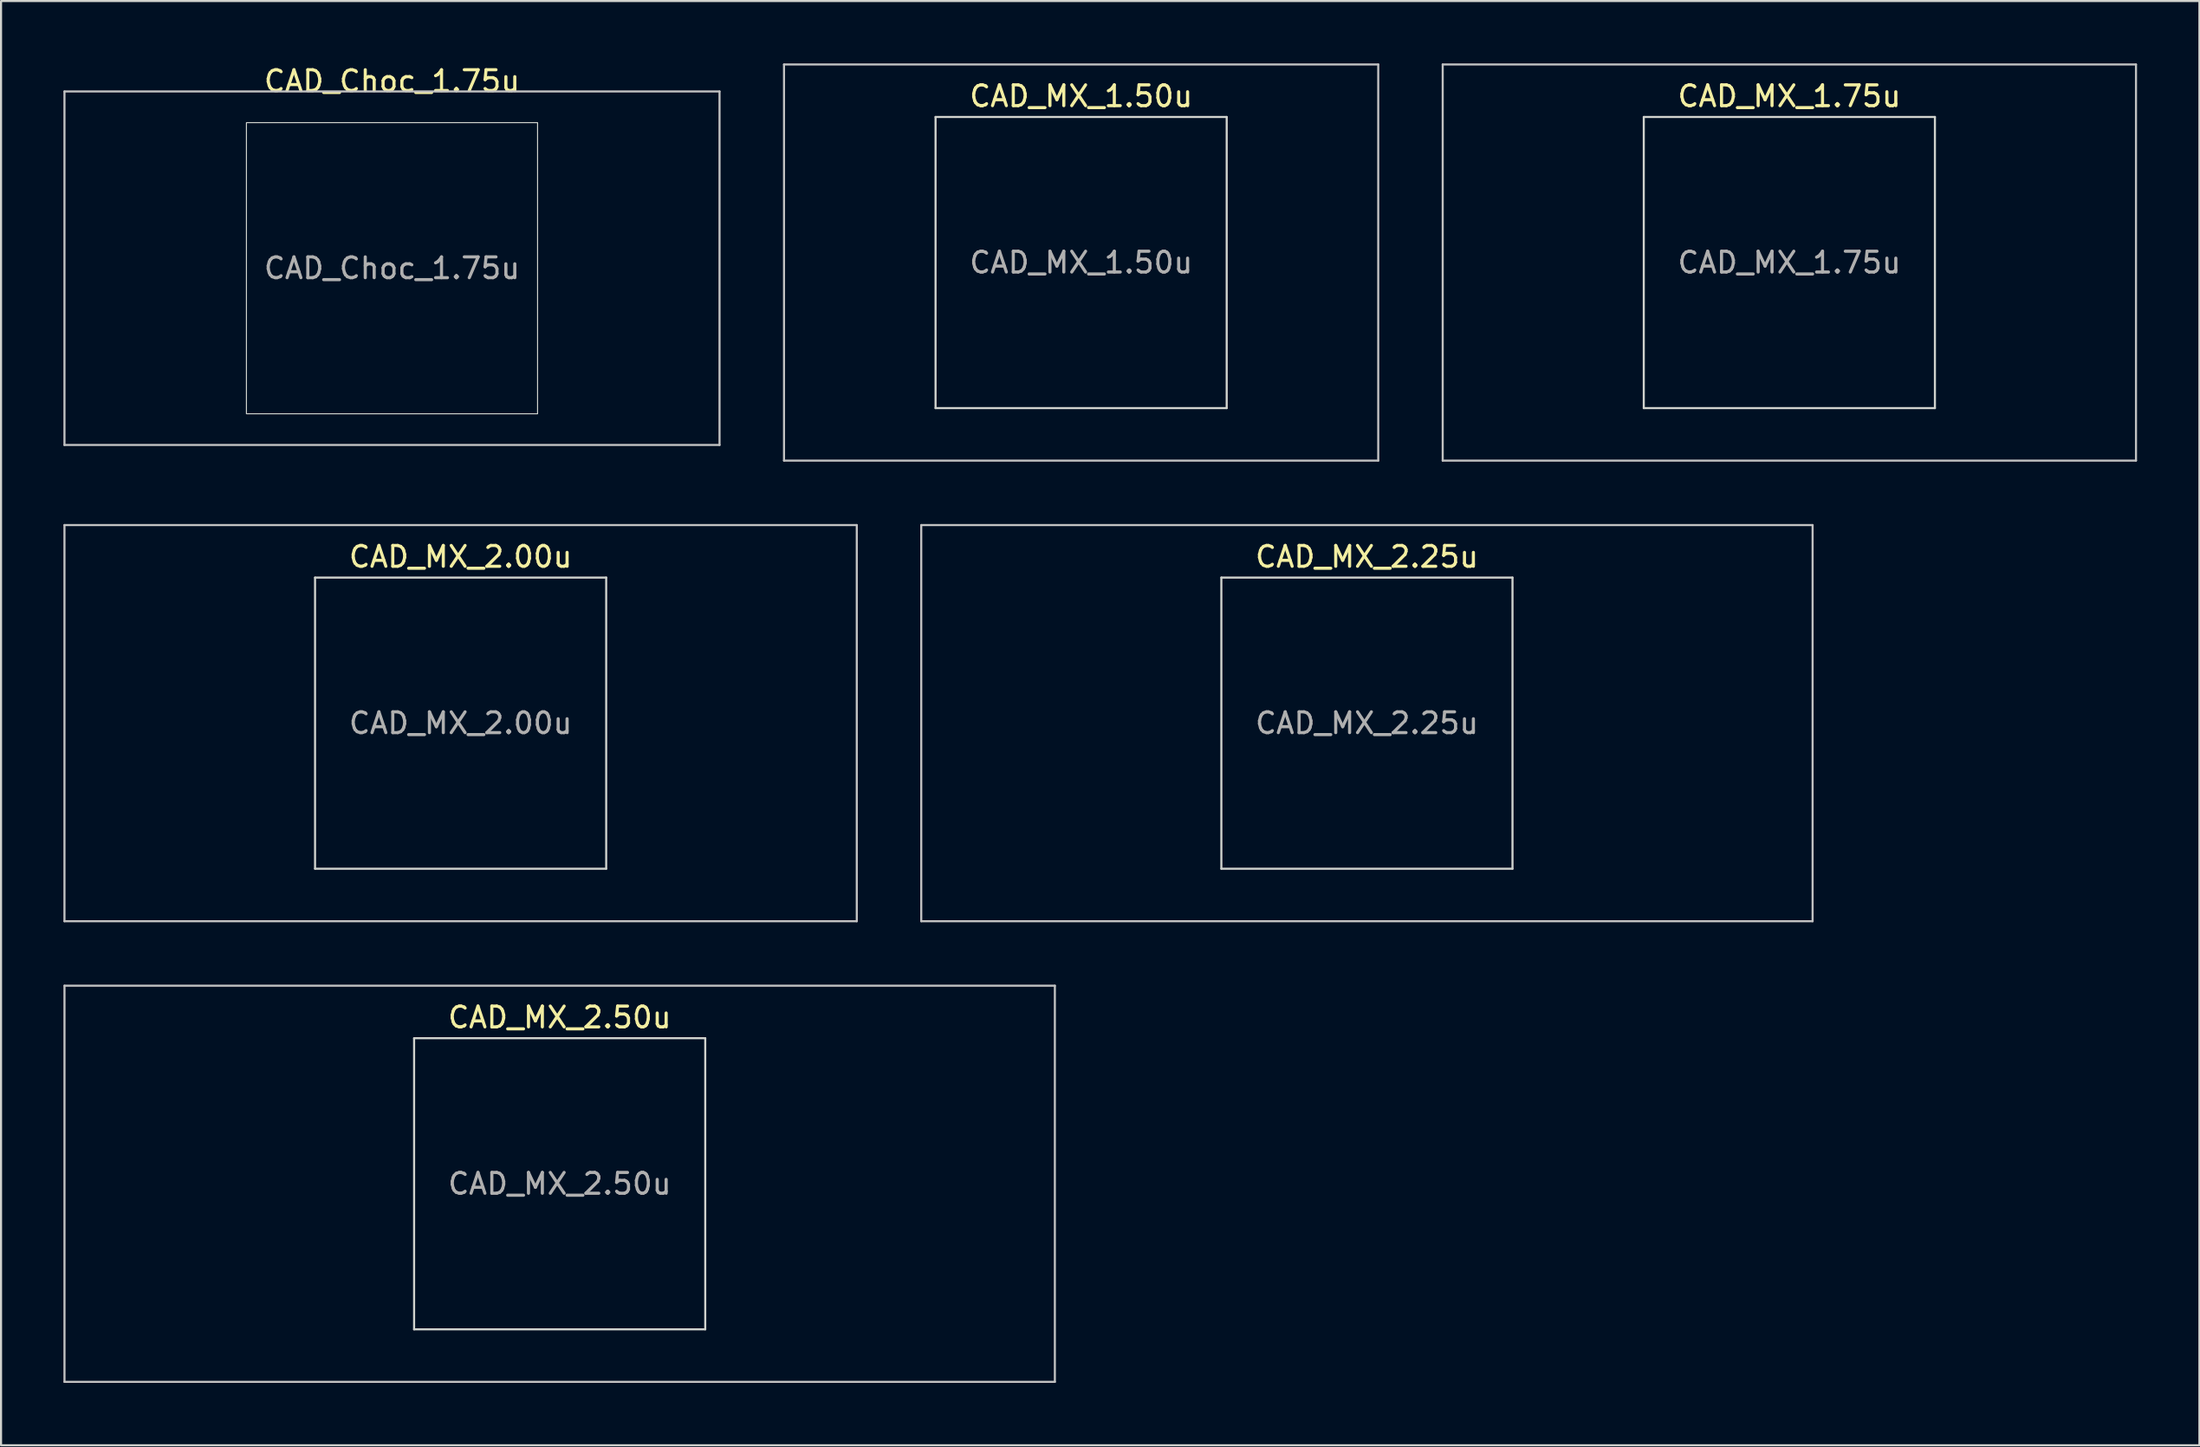
<source format=kicad_pcb>
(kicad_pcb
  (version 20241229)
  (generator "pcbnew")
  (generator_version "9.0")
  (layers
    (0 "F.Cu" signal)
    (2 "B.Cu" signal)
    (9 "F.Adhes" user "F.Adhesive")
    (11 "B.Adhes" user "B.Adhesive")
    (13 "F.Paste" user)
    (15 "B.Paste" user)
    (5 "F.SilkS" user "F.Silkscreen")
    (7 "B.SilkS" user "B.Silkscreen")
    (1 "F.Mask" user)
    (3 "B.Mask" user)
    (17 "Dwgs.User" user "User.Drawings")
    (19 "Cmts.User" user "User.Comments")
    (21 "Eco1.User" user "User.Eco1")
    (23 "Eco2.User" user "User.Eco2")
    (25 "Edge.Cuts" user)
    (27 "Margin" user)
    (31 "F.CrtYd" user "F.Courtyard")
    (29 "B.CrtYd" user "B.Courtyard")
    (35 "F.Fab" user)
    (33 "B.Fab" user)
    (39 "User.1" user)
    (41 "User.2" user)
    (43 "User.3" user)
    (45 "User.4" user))
  (footprint "CAD_MX_2.50u"
    (layer "F.Cu")
    (at 23.863 53.875)
    (property "Reference" "CAD_MX_2.50u" (at 0 -8 0) (layer "F.SilkS") (effects (font (size 1 1) (thickness 0.15))))
    (attr through_hole)
    (fp_line (start -23.812 -9.525) (end -23.812 9.525) (stroke (width 0.1) (type solid)) (layer "Dwgs.User"))
    (fp_line (start -23.812 9.525) (end 23.812 9.525) (stroke (width 0.1) (type solid)) (layer "Dwgs.User"))
    (fp_line (start 23.812 -9.525) (end -23.812 -9.525) (stroke (width 0.1) (type solid)) (layer "Dwgs.User"))
    (fp_line (start 23.812 9.525) (end 23.812 -9.525) (stroke (width 0.1) (type solid)) (layer "Dwgs.User"))
    (fp_line (start -7 -7) (end -7 7) (stroke (width 0.1) (type solid)) (layer "Edge.Cuts"))
    (fp_line (start -7 7) (end 7 7) (stroke (width 0.1) (type solid)) (layer "Edge.Cuts"))
    (fp_line (start 7 -7) (end -7 -7) (stroke (width 0.1) (type solid)) (layer "Edge.Cuts"))
    (fp_line (start 7 7) (end 7 -7) (stroke (width 0.1) (type solid)) (layer "Edge.Cuts"))
    (fp_text user "${REFERENCE}" (at 0 0 0) (layer "F.Fab") (effects (font (size 1 1) (thickness 0.15)))))
  (footprint "CAD_MX_1.75u"
    (layer "F.Cu")
    (at 82.994 9.575)
    (property "Reference" "CAD_MX_1.75u" (at 0 -8 0) (layer "F.SilkS") (effects (font (size 1 1) (thickness 0.15))))
    (attr through_hole)
    (fp_line (start -16.669 -9.525) (end -16.669 9.525) (stroke (width 0.1) (type solid)) (layer "Dwgs.User"))
    (fp_line (start -16.669 9.525) (end 16.669 9.525) (stroke (width 0.1) (type solid)) (layer "Dwgs.User"))
    (fp_line (start 16.669 -9.525) (end -16.669 -9.525) (stroke (width 0.1) (type solid)) (layer "Dwgs.User"))
    (fp_line (start 16.669 9.525) (end 16.669 -9.525) (stroke (width 0.1) (type solid)) (layer "Dwgs.User"))
    (fp_line (start -7 -7) (end -7 7) (stroke (width 0.1) (type solid)) (layer "Edge.Cuts"))
    (fp_line (start -7 7) (end 7 7) (stroke (width 0.1) (type solid)) (layer "Edge.Cuts"))
    (fp_line (start 7 -7) (end -7 -7) (stroke (width 0.1) (type solid)) (layer "Edge.Cuts"))
    (fp_line (start 7 7) (end 7 -7) (stroke (width 0.1) (type solid)) (layer "Edge.Cuts"))
    (fp_text user "${REFERENCE}" (at 0 0 0) (layer "F.Fab") (effects (font (size 1 1) (thickness 0.15)))))
  (footprint "CAD_Choc_1.75u"
    (layer "F.Cu")
    (at 15.8 9.848)
    (property "Reference" "CAD_Choc_1.75u" (at 0 -9 0) (layer "F.SilkS") (effects (font (size 1 1) (thickness 0.15))))
    (attr through_hole)
    (fp_line (start -15.75 -8.5) (end -15.75 8.5) (stroke (width 0.1) (type solid)) (layer "Dwgs.User"))
    (fp_line (start -15.75 8.5) (end 15.75 8.5) (stroke (width 0.1) (type solid)) (layer "Dwgs.User"))
    (fp_line (start 15.75 -8.5) (end -15.75 -8.5) (stroke (width 0.1) (type solid)) (layer "Dwgs.User"))
    (fp_line (start 15.75 8.5) (end 15.75 -8.5) (stroke (width 0.1) (type solid)) (layer "Dwgs.User"))
    (fp_rect (start -7 -7) (end 7 7) (stroke (width 0.05) (type default)) (fill no) (layer "Edge.Cuts"))
    (fp_text user "${REFERENCE}" (at 0 0 0) (layer "F.Fab") (effects (font (size 1 1) (thickness 0.15)))))
  (footprint "CAD_MX_2.25u"
    (layer "F.Cu")
    (at 62.681 31.725)
    (property "Reference" "CAD_MX_2.25u" (at 0 -8 0) (layer "F.SilkS") (effects (font (size 1 1) (thickness 0.15))))
    (attr through_hole)
    (fp_line (start -21.431 -9.525) (end -21.431 9.525) (stroke (width 0.1) (type solid)) (layer "Dwgs.User"))
    (fp_line (start -21.431 9.525) (end 21.431 9.525) (stroke (width 0.1) (type solid)) (layer "Dwgs.User"))
    (fp_line (start 21.431 -9.525) (end -21.431 -9.525) (stroke (width 0.1) (type solid)) (layer "Dwgs.User"))
    (fp_line (start 21.431 9.525) (end 21.431 -9.525) (stroke (width 0.1) (type solid)) (layer "Dwgs.User"))
    (fp_line (start -7 -7) (end -7 7) (stroke (width 0.1) (type solid)) (layer "Edge.Cuts"))
    (fp_line (start -7 7) (end 7 7) (stroke (width 0.1) (type solid)) (layer "Edge.Cuts"))
    (fp_line (start 7 -7) (end -7 -7) (stroke (width 0.1) (type solid)) (layer "Edge.Cuts"))
    (fp_line (start 7 7) (end 7 -7) (stroke (width 0.1) (type solid)) (layer "Edge.Cuts"))
    (fp_text user "${REFERENCE}" (at 0 0 0) (layer "F.Fab") (effects (font (size 1 1) (thickness 0.15)))))
  (footprint "CAD_MX_2.00u"
    (layer "F.Cu")
    (at 19.1 31.725)
    (property "Reference" "CAD_MX_2.00u" (at 0 -8 0) (layer "F.SilkS") (effects (font (size 1 1) (thickness 0.15))))
    (attr through_hole)
    (fp_line (start -19.05 -9.525) (end -19.05 9.525) (stroke (width 0.1) (type solid)) (layer "Dwgs.User"))
    (fp_line (start -19.05 9.525) (end 19.05 9.525) (stroke (width 0.1) (type solid)) (layer "Dwgs.User"))
    (fp_line (start 19.05 -9.525) (end -19.05 -9.525) (stroke (width 0.1) (type solid)) (layer "Dwgs.User"))
    (fp_line (start 19.05 9.525) (end 19.05 -9.525) (stroke (width 0.1) (type solid)) (layer "Dwgs.User"))
    (fp_line (start -7 -7) (end -7 7) (stroke (width 0.1) (type solid)) (layer "Edge.Cuts"))
    (fp_line (start -7 7) (end 7 7) (stroke (width 0.1) (type solid)) (layer "Edge.Cuts"))
    (fp_line (start 7 -7) (end -7 -7) (stroke (width 0.1) (type solid)) (layer "Edge.Cuts"))
    (fp_line (start 7 7) (end 7 -7) (stroke (width 0.1) (type solid)) (layer "Edge.Cuts"))
    (fp_text user "${REFERENCE}" (at 0 0 0) (layer "F.Fab") (effects (font (size 1 1) (thickness 0.15)))))
  (footprint "CAD_MX_1.50u"
    (layer "F.Cu")
    (at 48.938 9.575)
    (property "Reference" "CAD_MX_1.50u" (at 0 -8 0) (layer "F.SilkS") (effects (font (size 1 1) (thickness 0.15))))
    (attr through_hole)
    (fp_line (start -14.287 -9.525) (end -14.287 9.525) (stroke (width 0.1) (type solid)) (layer "Dwgs.User"))
    (fp_line (start -14.287 9.525) (end 14.287 9.525) (stroke (width 0.1) (type solid)) (layer "Dwgs.User"))
    (fp_line (start 14.287 -9.525) (end -14.287 -9.525) (stroke (width 0.1) (type solid)) (layer "Dwgs.User"))
    (fp_line (start 14.287 9.525) (end 14.287 -9.525) (stroke (width 0.1) (type solid)) (layer "Dwgs.User"))
    (fp_line (start -7 -7) (end -7 7) (stroke (width 0.1) (type solid)) (layer "Edge.Cuts"))
    (fp_line (start -7 7) (end 7 7) (stroke (width 0.1) (type solid)) (layer "Edge.Cuts"))
    (fp_line (start 7 -7) (end -7 -7) (stroke (width 0.1) (type solid)) (layer "Edge.Cuts"))
    (fp_line (start 7 7) (end 7 -7) (stroke (width 0.1) (type solid)) (layer "Edge.Cuts"))
    (fp_text user "${REFERENCE}" (at 0 0 0) (layer "F.Fab") (effects (font (size 1 1) (thickness 0.15)))))
  (gr_rect
    (start -3 -3)
    (end 102.713 66.45)
    (stroke (width 0.1) (type default))
    (fill no)
    (layer "Edge.Cuts")))
</source>
